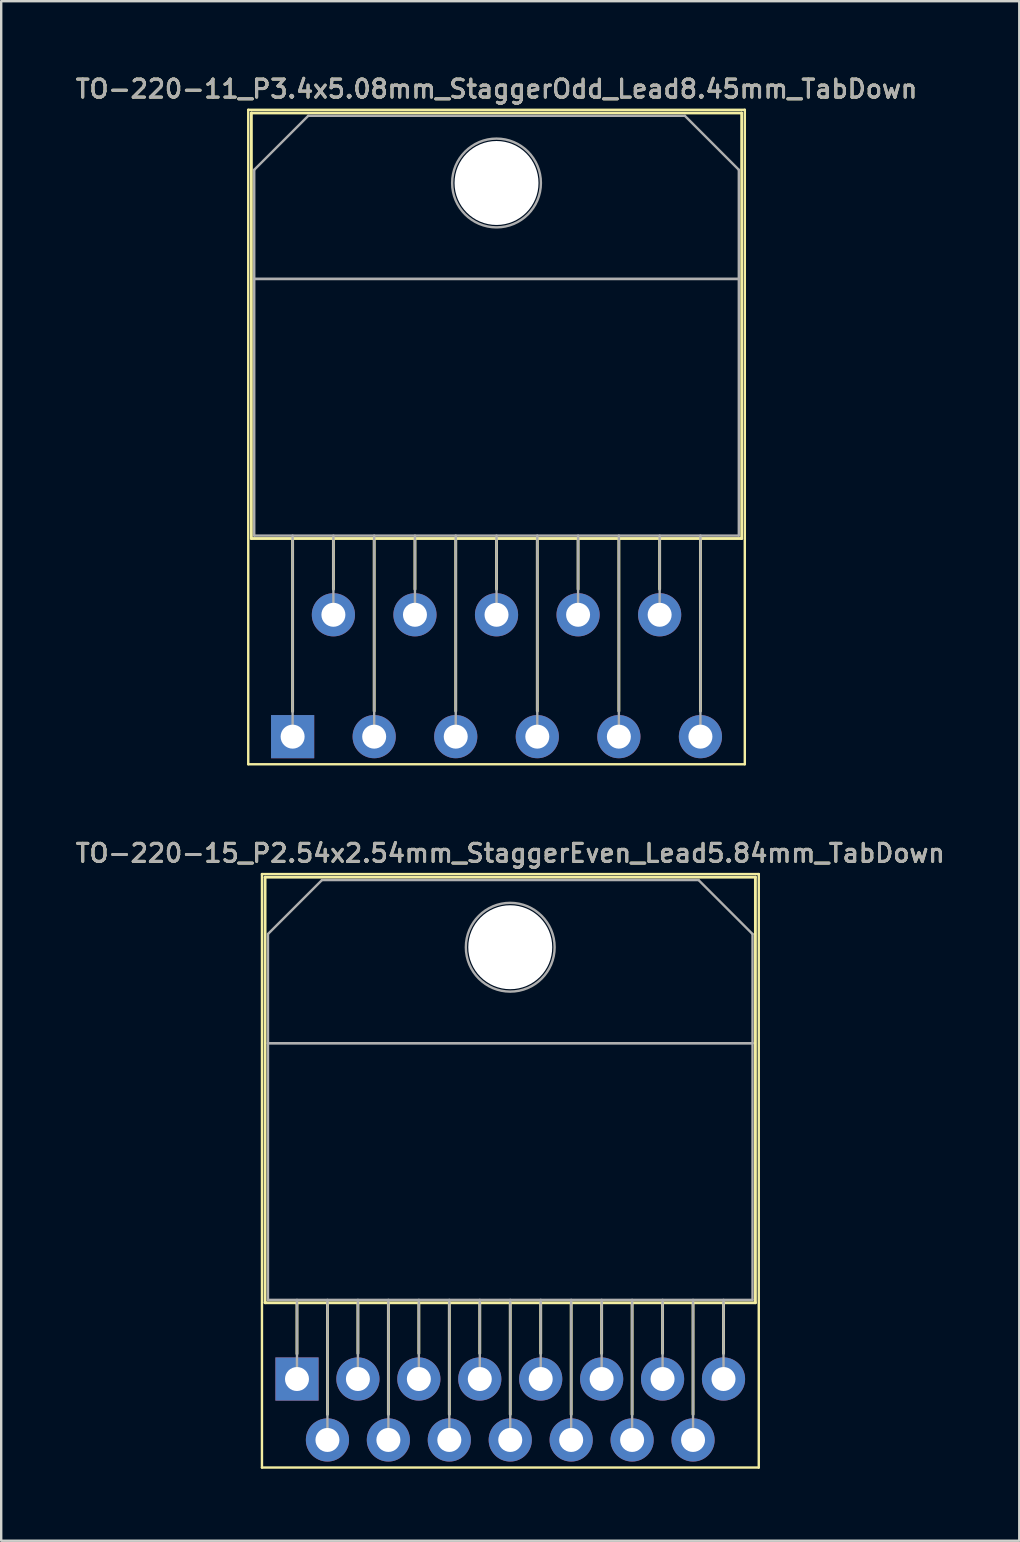
<source format=kicad_pcb>
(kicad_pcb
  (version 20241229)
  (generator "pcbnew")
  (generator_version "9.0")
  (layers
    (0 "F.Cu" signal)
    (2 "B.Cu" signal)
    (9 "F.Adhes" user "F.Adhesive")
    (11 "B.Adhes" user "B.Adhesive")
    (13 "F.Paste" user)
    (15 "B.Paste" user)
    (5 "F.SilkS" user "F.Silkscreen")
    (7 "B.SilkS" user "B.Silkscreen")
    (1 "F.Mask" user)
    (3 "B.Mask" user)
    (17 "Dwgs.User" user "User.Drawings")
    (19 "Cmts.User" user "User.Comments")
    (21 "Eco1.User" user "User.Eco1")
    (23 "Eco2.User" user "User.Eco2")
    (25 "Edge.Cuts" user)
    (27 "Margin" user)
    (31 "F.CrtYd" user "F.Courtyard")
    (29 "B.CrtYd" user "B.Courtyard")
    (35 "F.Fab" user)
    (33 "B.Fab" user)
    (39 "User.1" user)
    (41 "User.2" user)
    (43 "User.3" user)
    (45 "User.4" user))
  (footprint "TO-220-11_P3.4x5.08mm_StaggerOdd_Lead8.45mm_TabDown"
    (layer "F.Cu")
    (at 9.148 27.658)
    (property "Reference" "TO-220-11_P3.4x5.08mm_StaggerOdd_Lead8.45mm_TabDown" (at 8.5 -27 0) (layer "F.SilkS") (effects (font (size 0.75 0.75) (thickness 0.125))))
    (attr through_hole)
    (fp_line (start -1.85 -26.13) (end -1.85 1.15) (stroke (width 0.1) (type solid)) (layer "F.SilkS"))
    (fp_line (start -1.85 1.15) (end 18.85 1.15) (stroke (width 0.1) (type solid)) (layer "F.SilkS"))
    (fp_line (start -1.72 -26) (end -1.72 -8.26) (stroke (width 0.12) (type solid)) (layer "F.SilkS"))
    (fp_line (start -1.72 -26) (end 18.72 -26) (stroke (width 0.12) (type solid)) (layer "F.SilkS"))
    (fp_line (start -1.72 -8.26) (end 18.72 -8.26) (stroke (width 0.12) (type solid)) (layer "F.SilkS"))
    (fp_line (start 0 -8.255) (end 0 -1.05) (stroke (width 0.12) (type solid)) (layer "F.SilkS"))
    (fp_line (start 1.7 -8.26) (end 1.7 -6.146) (stroke (width 0.12) (type solid)) (layer "F.SilkS"))
    (fp_line (start 3.4 -8.255) (end 3.4 -1.065) (stroke (width 0.12) (type solid)) (layer "F.SilkS"))
    (fp_line (start 5.1 -8.26) (end 5.1 -6.146) (stroke (width 0.12) (type solid)) (layer "F.SilkS"))
    (fp_line (start 6.8 -8.255) (end 6.8 -1.065) (stroke (width 0.12) (type solid)) (layer "F.SilkS"))
    (fp_line (start 8.5 -8.26) (end 8.5 -6.146) (stroke (width 0.12) (type solid)) (layer "F.SilkS"))
    (fp_line (start 10.2 -8.255) (end 10.2 -1.065) (stroke (width 0.12) (type solid)) (layer "F.SilkS"))
    (fp_line (start 11.9 -8.26) (end 11.9 -6.146) (stroke (width 0.12) (type solid)) (layer "F.SilkS"))
    (fp_line (start 13.6 -8.255) (end 13.6 -1.065) (stroke (width 0.12) (type solid)) (layer "F.SilkS"))
    (fp_line (start 15.3 -8.26) (end 15.3 -6.146) (stroke (width 0.12) (type solid)) (layer "F.SilkS"))
    (fp_line (start 17 -8.255) (end 17 -1.065) (stroke (width 0.12) (type solid)) (layer "F.SilkS"))
    (fp_line (start 18.72 -26) (end 18.72 -8.26) (stroke (width 0.12) (type solid)) (layer "F.SilkS"))
    (fp_line (start 18.85 -26.13) (end -1.85 -26.13) (stroke (width 0.1) (type solid)) (layer "F.SilkS"))
    (fp_line (start 18.85 1.15) (end 18.85 -26.13) (stroke (width 0.1) (type solid)) (layer "F.SilkS"))
    (fp_line (start -1.6 -23.63) (end 0.651 -25.88) (stroke (width 0.1) (type solid)) (layer "F.Fab"))
    (fp_line (start -1.6 -19.08) (end -1.6 -23.63) (stroke (width 0.1) (type solid)) (layer "F.Fab"))
    (fp_line (start -1.6 -19.08) (end 18.6 -19.08) (stroke (width 0.1) (type solid)) (layer "F.Fab"))
    (fp_line (start -1.6 -8.38) (end -1.6 -19.08) (stroke (width 0.1) (type solid)) (layer "F.Fab"))
    (fp_line (start 0 -8.382) (end 0 0) (stroke (width 0.1) (type solid)) (layer "F.Fab"))
    (fp_line (start 0.651 -25.88) (end 16.351 -25.88) (stroke (width 0.1) (type solid)) (layer "F.Fab"))
    (fp_line (start 1.7 -8.38) (end 1.7 -5.08) (stroke (width 0.1) (type solid)) (layer "F.Fab"))
    (fp_line (start 3.4 -8.382) (end 3.4 0) (stroke (width 0.1) (type solid)) (layer "F.Fab"))
    (fp_line (start 5.1 -8.38) (end 5.1 -5.08) (stroke (width 0.1) (type solid)) (layer "F.Fab"))
    (fp_line (start 6.8 -8.382) (end 6.8 0) (stroke (width 0.1) (type solid)) (layer "F.Fab"))
    (fp_line (start 8.5 -8.38) (end 8.5 -5.08) (stroke (width 0.1) (type solid)) (layer "F.Fab"))
    (fp_line (start 10.2 -8.382) (end 10.2 0) (stroke (width 0.1) (type solid)) (layer "F.Fab"))
    (fp_line (start 11.9 -8.38) (end 11.9 -5.08) (stroke (width 0.1) (type solid)) (layer "F.Fab"))
    (fp_line (start 13.6 -8.382) (end 13.6 0) (stroke (width 0.1) (type solid)) (layer "F.Fab"))
    (fp_line (start 15.3 -8.38) (end 15.3 -5.08) (stroke (width 0.1) (type solid)) (layer "F.Fab"))
    (fp_line (start 16.351 -25.88) (end 18.6 -23.63) (stroke (width 0.1) (type solid)) (layer "F.Fab"))
    (fp_line (start 17 -8.382) (end 17 0) (stroke (width 0.1) (type solid)) (layer "F.Fab"))
    (fp_line (start 18.6 -23.63) (end 18.6 -19.08) (stroke (width 0.1) (type solid)) (layer "F.Fab"))
    (fp_line (start 18.6 -19.08) (end -1.6 -19.08) (stroke (width 0.1) (type solid)) (layer "F.Fab"))
    (fp_line (start 18.6 -19.08) (end 18.6 -8.38) (stroke (width 0.1) (type solid)) (layer "F.Fab"))
    (fp_line (start 18.6 -8.38) (end -1.6 -8.38) (stroke (width 0.1) (type solid)) (layer "F.Fab"))
    (fp_circle (center 8.5 -23.08) (end 10.35 -23.08) (stroke (width 0.1) (type solid)) (fill no) (layer "F.Fab"))
    (fp_text user "${REFERENCE}" (at 8.5 -27 0) (layer "F.Fab") (effects (font (size 0.75 0.75) (thickness 0.125))))
    (pad "" np_thru_hole oval (at 8.5 -23.08) (size 3.5 3.5) (drill 3.5) (layers "*.Cu" "*.Mask"))
    (pad "1" thru_hole rect (at 0 0) (size 1.8 1.8) (drill 1) (layers "*.Cu" "*.Mask"))
    (pad "2" thru_hole oval (at 1.7 -5.08) (size 1.8 1.8) (drill 1) (layers "*.Cu" "*.Mask"))
    (pad "3" thru_hole oval (at 3.4 0) (size 1.8 1.8) (drill 1) (layers "*.Cu" "*.Mask"))
    (pad "4" thru_hole oval (at 5.1 -5.08) (size 1.8 1.8) (drill 1) (layers "*.Cu" "*.Mask"))
    (pad "5" thru_hole oval (at 6.8 0) (size 1.8 1.8) (drill 1) (layers "*.Cu" "*.Mask"))
    (pad "6" thru_hole oval (at 8.5 -5.08) (size 1.8 1.8) (drill 1) (layers "*.Cu" "*.Mask"))
    (pad "7" thru_hole oval (at 10.2 0) (size 1.8 1.8) (drill 1) (layers "*.Cu" "*.Mask"))
    (pad "8" thru_hole oval (at 11.9 -5.08) (size 1.8 1.8) (drill 1) (layers "*.Cu" "*.Mask"))
    (pad "9" thru_hole oval (at 13.6 0) (size 1.8 1.8) (drill 1) (layers "*.Cu" "*.Mask"))
    (pad "10" thru_hole oval (at 15.3 -5.08) (size 1.8 1.8) (drill 1) (layers "*.Cu" "*.Mask"))
    (pad "11" thru_hole oval (at 17 0) (size 1.8 1.8) (drill 1) (layers "*.Cu" "*.Mask")))
  (footprint "TO-220-15_P2.54x2.54mm_StaggerEven_Lead5.84mm_TabDown"
    (layer "F.Cu")
    (at 9.33 54.436)
    (property "Reference" "TO-220-15_P2.54x2.54mm_StaggerEven_Lead5.84mm_TabDown" (at 8.89 -21.92 0) (layer "F.SilkS") (effects (font (size 0.75 0.75) (thickness 0.125))))
    (attr through_hole)
    (fp_line (start -1.46 -21.05) (end -1.46 3.69) (stroke (width 0.1) (type solid)) (layer "F.SilkS"))
    (fp_line (start -1.46 3.69) (end 19.25 3.69) (stroke (width 0.1) (type solid)) (layer "F.SilkS"))
    (fp_line (start -1.33 -20.92) (end -1.33 -3.18) (stroke (width 0.12) (type solid)) (layer "F.SilkS"))
    (fp_line (start -1.33 -20.92) (end 19.11 -20.92) (stroke (width 0.12) (type solid)) (layer "F.SilkS"))
    (fp_line (start -1.33 -3.18) (end 19.11 -3.18) (stroke (width 0.12) (type solid)) (layer "F.SilkS"))
    (fp_line (start 0 -3.18) (end 0 -1.05) (stroke (width 0.12) (type solid)) (layer "F.SilkS"))
    (fp_line (start 1.27 -3.18) (end 1.27 1.475) (stroke (width 0.12) (type solid)) (layer "F.SilkS"))
    (fp_line (start 2.54 -3.18) (end 2.54 -1.066) (stroke (width 0.12) (type solid)) (layer "F.SilkS"))
    (fp_line (start 3.81 -3.18) (end 3.81 1.475) (stroke (width 0.12) (type solid)) (layer "F.SilkS"))
    (fp_line (start 5.08 -3.18) (end 5.08 -1.066) (stroke (width 0.12) (type solid)) (layer "F.SilkS"))
    (fp_line (start 6.35 -3.18) (end 6.35 1.475) (stroke (width 0.12) (type solid)) (layer "F.SilkS"))
    (fp_line (start 7.62 -3.18) (end 7.62 -1.066) (stroke (width 0.12) (type solid)) (layer "F.SilkS"))
    (fp_line (start 8.89 -3.18) (end 8.89 1.475) (stroke (width 0.12) (type solid)) (layer "F.SilkS"))
    (fp_line (start 10.16 -3.18) (end 10.16 -1.066) (stroke (width 0.12) (type solid)) (layer "F.SilkS"))
    (fp_line (start 11.43 -3.18) (end 11.43 1.475) (stroke (width 0.12) (type solid)) (layer "F.SilkS"))
    (fp_line (start 12.7 -3.18) (end 12.7 -1.066) (stroke (width 0.12) (type solid)) (layer "F.SilkS"))
    (fp_line (start 13.97 -3.18) (end 13.97 1.475) (stroke (width 0.12) (type solid)) (layer "F.SilkS"))
    (fp_line (start 15.24 -3.18) (end 15.24 -1.066) (stroke (width 0.12) (type solid)) (layer "F.SilkS"))
    (fp_line (start 16.51 -3.18) (end 16.51 1.475) (stroke (width 0.12) (type solid)) (layer "F.SilkS"))
    (fp_line (start 17.78 -3.18) (end 17.78 -1.066) (stroke (width 0.12) (type solid)) (layer "F.SilkS"))
    (fp_line (start 19.11 -20.92) (end 19.11 -3.18) (stroke (width 0.12) (type solid)) (layer "F.SilkS"))
    (fp_line (start 19.25 -21.05) (end -1.46 -21.05) (stroke (width 0.1) (type solid)) (layer "F.SilkS"))
    (fp_line (start 19.25 3.69) (end 19.25 -21.05) (stroke (width 0.1) (type solid)) (layer "F.SilkS"))
    (fp_line (start -1.21 -18.55) (end 1.041 -20.8) (stroke (width 0.1) (type solid)) (layer "F.Fab"))
    (fp_line (start -1.21 -14) (end -1.21 -18.55) (stroke (width 0.1) (type solid)) (layer "F.Fab"))
    (fp_line (start -1.21 -14) (end 18.99 -14) (stroke (width 0.1) (type solid)) (layer "F.Fab"))
    (fp_line (start -1.21 -3.3) (end -1.21 -14) (stroke (width 0.1) (type solid)) (layer "F.Fab"))
    (fp_line (start 0 -3.3) (end 0 0) (stroke (width 0.1) (type solid)) (layer "F.Fab"))
    (fp_line (start 1.041 -20.8) (end 16.74 -20.8) (stroke (width 0.1) (type solid)) (layer "F.Fab"))
    (fp_line (start 1.27 -3.3) (end 1.27 2.54) (stroke (width 0.1) (type solid)) (layer "F.Fab"))
    (fp_line (start 2.54 -3.3) (end 2.54 0) (stroke (width 0.1) (type solid)) (layer "F.Fab"))
    (fp_line (start 3.81 -3.3) (end 3.81 2.54) (stroke (width 0.1) (type solid)) (layer "F.Fab"))
    (fp_line (start 5.08 -3.3) (end 5.08 0) (stroke (width 0.1) (type solid)) (layer "F.Fab"))
    (fp_line (start 6.35 -3.3) (end 6.35 2.54) (stroke (width 0.1) (type solid)) (layer "F.Fab"))
    (fp_line (start 7.62 -3.3) (end 7.62 0) (stroke (width 0.1) (type solid)) (layer "F.Fab"))
    (fp_line (start 8.89 -3.3) (end 8.89 2.54) (stroke (width 0.1) (type solid)) (layer "F.Fab"))
    (fp_line (start 10.16 -3.3) (end 10.16 0) (stroke (width 0.1) (type solid)) (layer "F.Fab"))
    (fp_line (start 11.43 -3.3) (end 11.43 2.54) (stroke (width 0.1) (type solid)) (layer "F.Fab"))
    (fp_line (start 12.7 -3.3) (end 12.7 0) (stroke (width 0.1) (type solid)) (layer "F.Fab"))
    (fp_line (start 13.97 -3.3) (end 13.97 2.54) (stroke (width 0.1) (type solid)) (layer "F.Fab"))
    (fp_line (start 15.24 -3.3) (end 15.24 0) (stroke (width 0.1) (type solid)) (layer "F.Fab"))
    (fp_line (start 16.51 -3.3) (end 16.51 2.54) (stroke (width 0.1) (type solid)) (layer "F.Fab"))
    (fp_line (start 16.74 -20.8) (end 18.99 -18.55) (stroke (width 0.1) (type solid)) (layer "F.Fab"))
    (fp_line (start 17.78 -3.3) (end 17.78 0) (stroke (width 0.1) (type solid)) (layer "F.Fab"))
    (fp_line (start 18.99 -18.55) (end 18.99 -14) (stroke (width 0.1) (type solid)) (layer "F.Fab"))
    (fp_line (start 18.99 -14) (end -1.21 -14) (stroke (width 0.1) (type solid)) (layer "F.Fab"))
    (fp_line (start 18.99 -14) (end 18.99 -3.3) (stroke (width 0.1) (type solid)) (layer "F.Fab"))
    (fp_line (start 18.99 -3.3) (end -1.21 -3.3) (stroke (width 0.1) (type solid)) (layer "F.Fab"))
    (fp_circle (center 8.89 -18) (end 10.74 -18) (stroke (width 0.1) (type solid)) (fill no) (layer "F.Fab"))
    (fp_text user "${REFERENCE}" (at 8.89 -21.92 0) (layer "F.Fab") (effects (font (size 0.75 0.75) (thickness 0.125))))
    (pad "" np_thru_hole oval (at 8.89 -18) (size 3.5 3.5) (drill 3.5) (layers "*.Cu" "*.Mask"))
    (pad "1" thru_hole rect (at 0 0) (size 1.8 1.8) (drill 1) (layers "*.Cu" "*.Mask"))
    (pad "2" thru_hole oval (at 1.27 2.54) (size 1.8 1.8) (drill 1) (layers "*.Cu" "*.Mask"))
    (pad "3" thru_hole oval (at 2.54 0) (size 1.8 1.8) (drill 1) (layers "*.Cu" "*.Mask"))
    (pad "4" thru_hole oval (at 3.81 2.54) (size 1.8 1.8) (drill 1) (layers "*.Cu" "*.Mask"))
    (pad "5" thru_hole oval (at 5.08 0) (size 1.8 1.8) (drill 1) (layers "*.Cu" "*.Mask"))
    (pad "6" thru_hole oval (at 6.35 2.54) (size 1.8 1.8) (drill 1) (layers "*.Cu" "*.Mask"))
    (pad "7" thru_hole oval (at 7.62 0) (size 1.8 1.8) (drill 1) (layers "*.Cu" "*.Mask"))
    (pad "8" thru_hole oval (at 8.89 2.54) (size 1.8 1.8) (drill 1) (layers "*.Cu" "*.Mask"))
    (pad "9" thru_hole oval (at 10.16 0) (size 1.8 1.8) (drill 1) (layers "*.Cu" "*.Mask"))
    (pad "10" thru_hole oval (at 11.43 2.54) (size 1.8 1.8) (drill 1) (layers "*.Cu" "*.Mask"))
    (pad "11" thru_hole oval (at 12.7 0) (size 1.8 1.8) (drill 1) (layers "*.Cu" "*.Mask"))
    (pad "12" thru_hole oval (at 13.97 2.54) (size 1.8 1.8) (drill 1) (layers "*.Cu" "*.Mask"))
    (pad "13" thru_hole oval (at 15.24 0) (size 1.8 1.8) (drill 1) (layers "*.Cu" "*.Mask"))
    (pad "14" thru_hole oval (at 16.51 2.54) (size 1.8 1.8) (drill 1) (layers "*.Cu" "*.Mask"))
    (pad "15" thru_hole oval (at 17.78 0) (size 1.8 1.8) (drill 1) (layers "*.Cu" "*.Mask")))
  (gr_rect
    (start -3 -3)
    (end 39.439 61.176)
    (stroke (width 0.1) (type default))
    (fill no)
    (layer "Edge.Cuts")))
</source>
